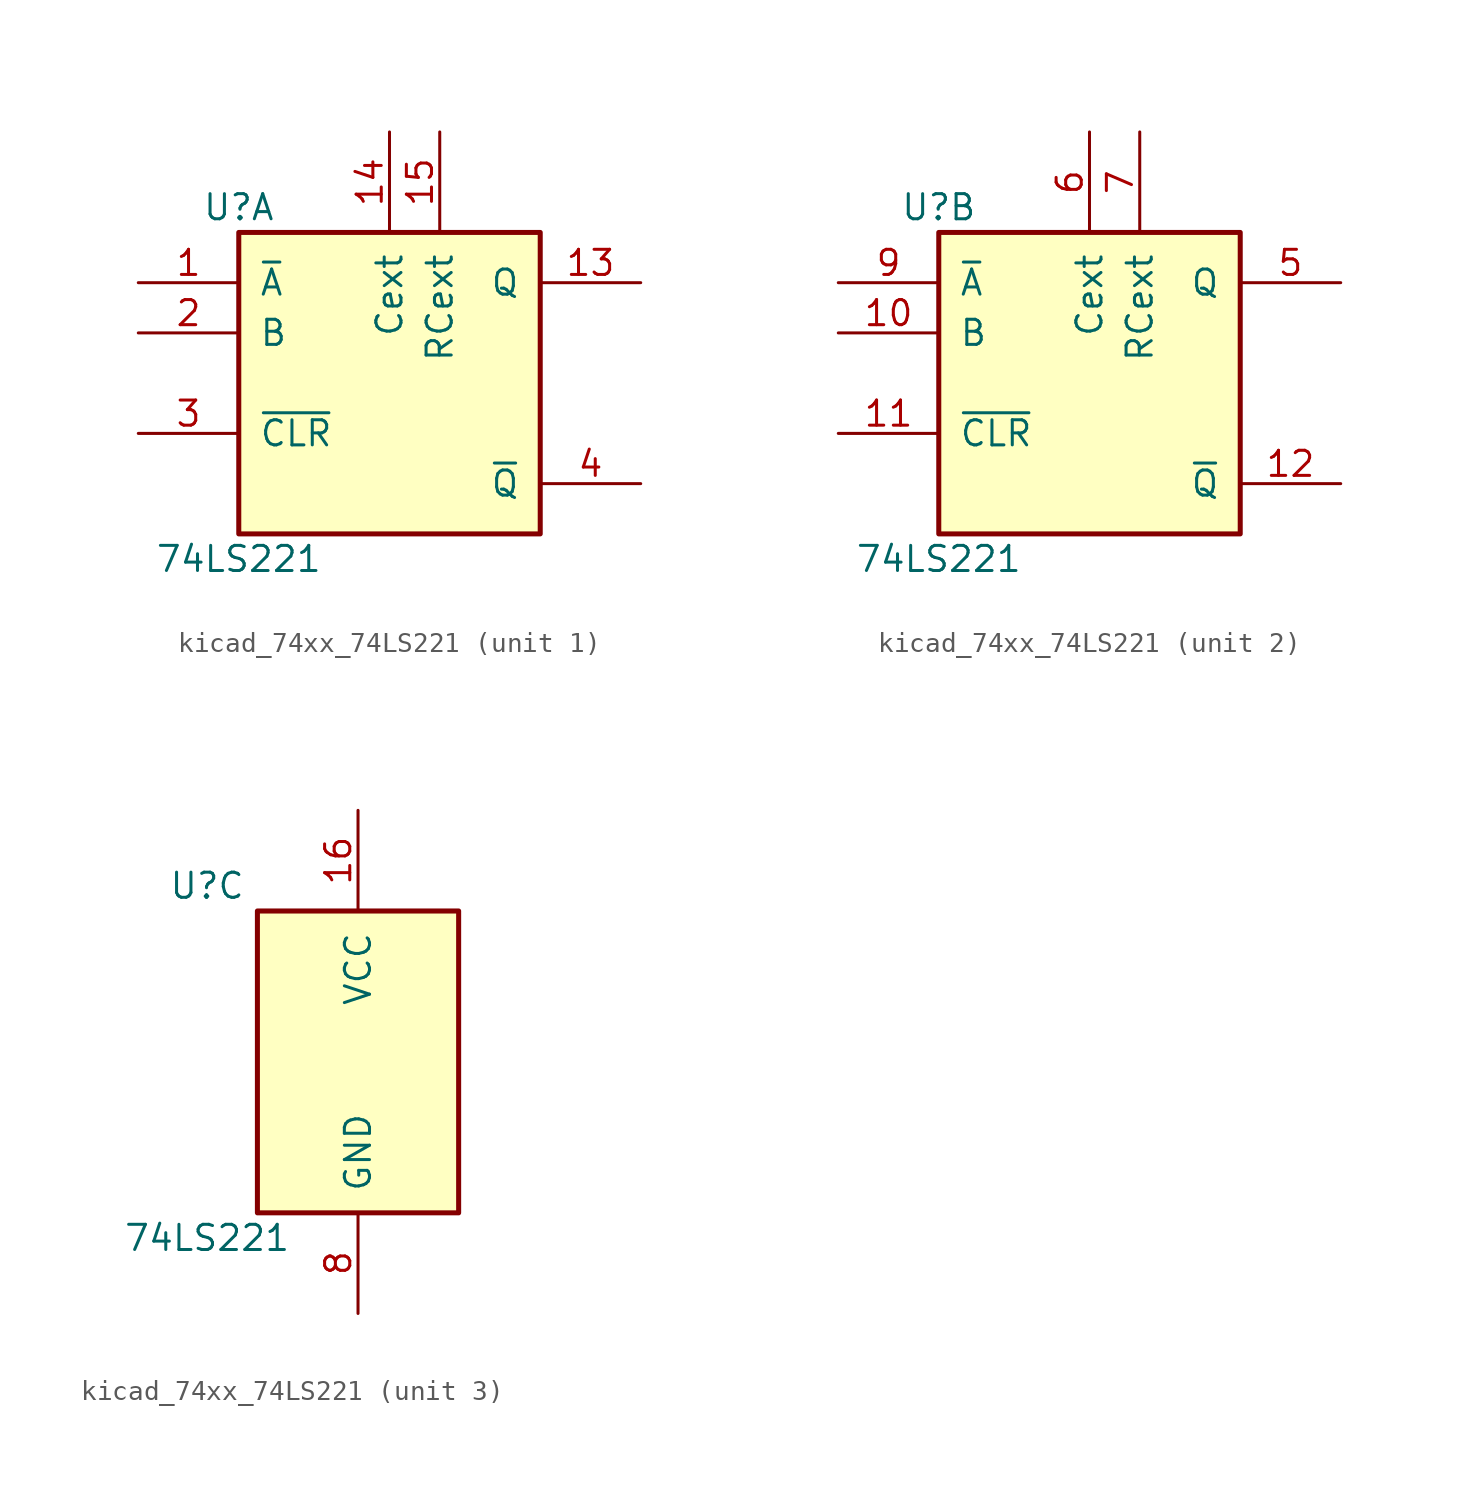
<source format=kicad_sym>
(kicad_symbol_lib
  (version 20220914)
  (generator kicad_symbol_editor)
  (symbol "kicad_74xx_74LS221"
    (pin_names
      (offset 1.016))
    (property "Reference" "U"
      (at -7.62 8.89 0)
      (effects (font (size 1.27 1.27))))
    (property "Value" "74LS221"
      (at -7.62 -8.89 0)
      (effects (font (size 1.27 1.27))))
    (property "ki_locked" ""
      (at 0 0 0)
      (effects (font (size 1.27 1.27))))
    (symbol "kicad_74xx_74LS221_1_0"
      (pin input line (at -12.7 5.08 0) (length 5.08) (name "~{A}" (effects (font (size 1.27 1.27)))) (number "1" (effects (font (size 1.27 1.27)))))
      (pin output line (at 12.7 5.08 180) (length 5.08) (name "Q" (effects (font (size 1.27 1.27)))) (number "13" (effects (font (size 1.27 1.27)))))
      (pin input line (at 0 12.7 270) (length 5.08) (name "Cext" (effects (font (size 1.27 1.27)))) (number "14" (effects (font (size 1.27 1.27)))))
      (pin input line (at 2.54 12.7 270) (length 5.08) (name "RCext" (effects (font (size 1.27 1.27)))) (number "15" (effects (font (size 1.27 1.27)))))
      (pin input line (at -12.7 2.54 0) (length 5.08) (name "B" (effects (font (size 1.27 1.27)))) (number "2" (effects (font (size 1.27 1.27)))))
      (pin input line (at -12.7 -2.54 0) (length 5.08) (name "~{CLR}" (effects (font (size 1.27 1.27)))) (number "3" (effects (font (size 1.27 1.27)))))
      (pin output line (at 12.7 -5.08 180) (length 5.08) (name "~{Q}" (effects (font (size 1.27 1.27)))) (number "4" (effects (font (size 1.27 1.27))))))
    (symbol "kicad_74xx_74LS221_1_1"
      (rectangle (start -7.62 7.62) (end 7.62 -7.62) (stroke (width 0.254) (type default)) (fill (type background))))
    (symbol "kicad_74xx_74LS221_2_0"
      (pin input line (at -12.7 2.54 0) (length 5.08) (name "B" (effects (font (size 1.27 1.27)))) (number "10" (effects (font (size 1.27 1.27)))))
      (pin input line (at -12.7 -2.54 0) (length 5.08) (name "~{CLR}" (effects (font (size 1.27 1.27)))) (number "11" (effects (font (size 1.27 1.27)))))
      (pin output line (at 12.7 -5.08 180) (length 5.08) (name "~{Q}" (effects (font (size 1.27 1.27)))) (number "12" (effects (font (size 1.27 1.27)))))
      (pin output line (at 12.7 5.08 180) (length 5.08) (name "Q" (effects (font (size 1.27 1.27)))) (number "5" (effects (font (size 1.27 1.27)))))
      (pin input line (at 0 12.7 270) (length 5.08) (name "Cext" (effects (font (size 1.27 1.27)))) (number "6" (effects (font (size 1.27 1.27)))))
      (pin input line (at 2.54 12.7 270) (length 5.08) (name "RCext" (effects (font (size 1.27 1.27)))) (number "7" (effects (font (size 1.27 1.27)))))
      (pin input line (at -12.7 5.08 0) (length 5.08) (name "~{A}" (effects (font (size 1.27 1.27)))) (number "9" (effects (font (size 1.27 1.27))))))
    (symbol "kicad_74xx_74LS221_2_1"
      (rectangle (start -7.62 7.62) (end 7.62 -7.62) (stroke (width 0.254) (type default)) (fill (type background))))
    (symbol "kicad_74xx_74LS221_3_0"
      (pin power_in line (at 0 12.7 270) (length 5.08) (name "VCC" (effects (font (size 1.27 1.27)))) (number "16" (effects (font (size 1.27 1.27)))))
      (pin power_in line (at 0 -12.7 90) (length 5.08) (name "GND" (effects (font (size 1.27 1.27)))) (number "8" (effects (font (size 1.27 1.27))))))
    (symbol "kicad_74xx_74LS221_3_1"
      (rectangle (start -5.08 7.62) (end 5.08 -7.62) (stroke (width 0.254) (type default)) (fill (type background))))))
</source>
